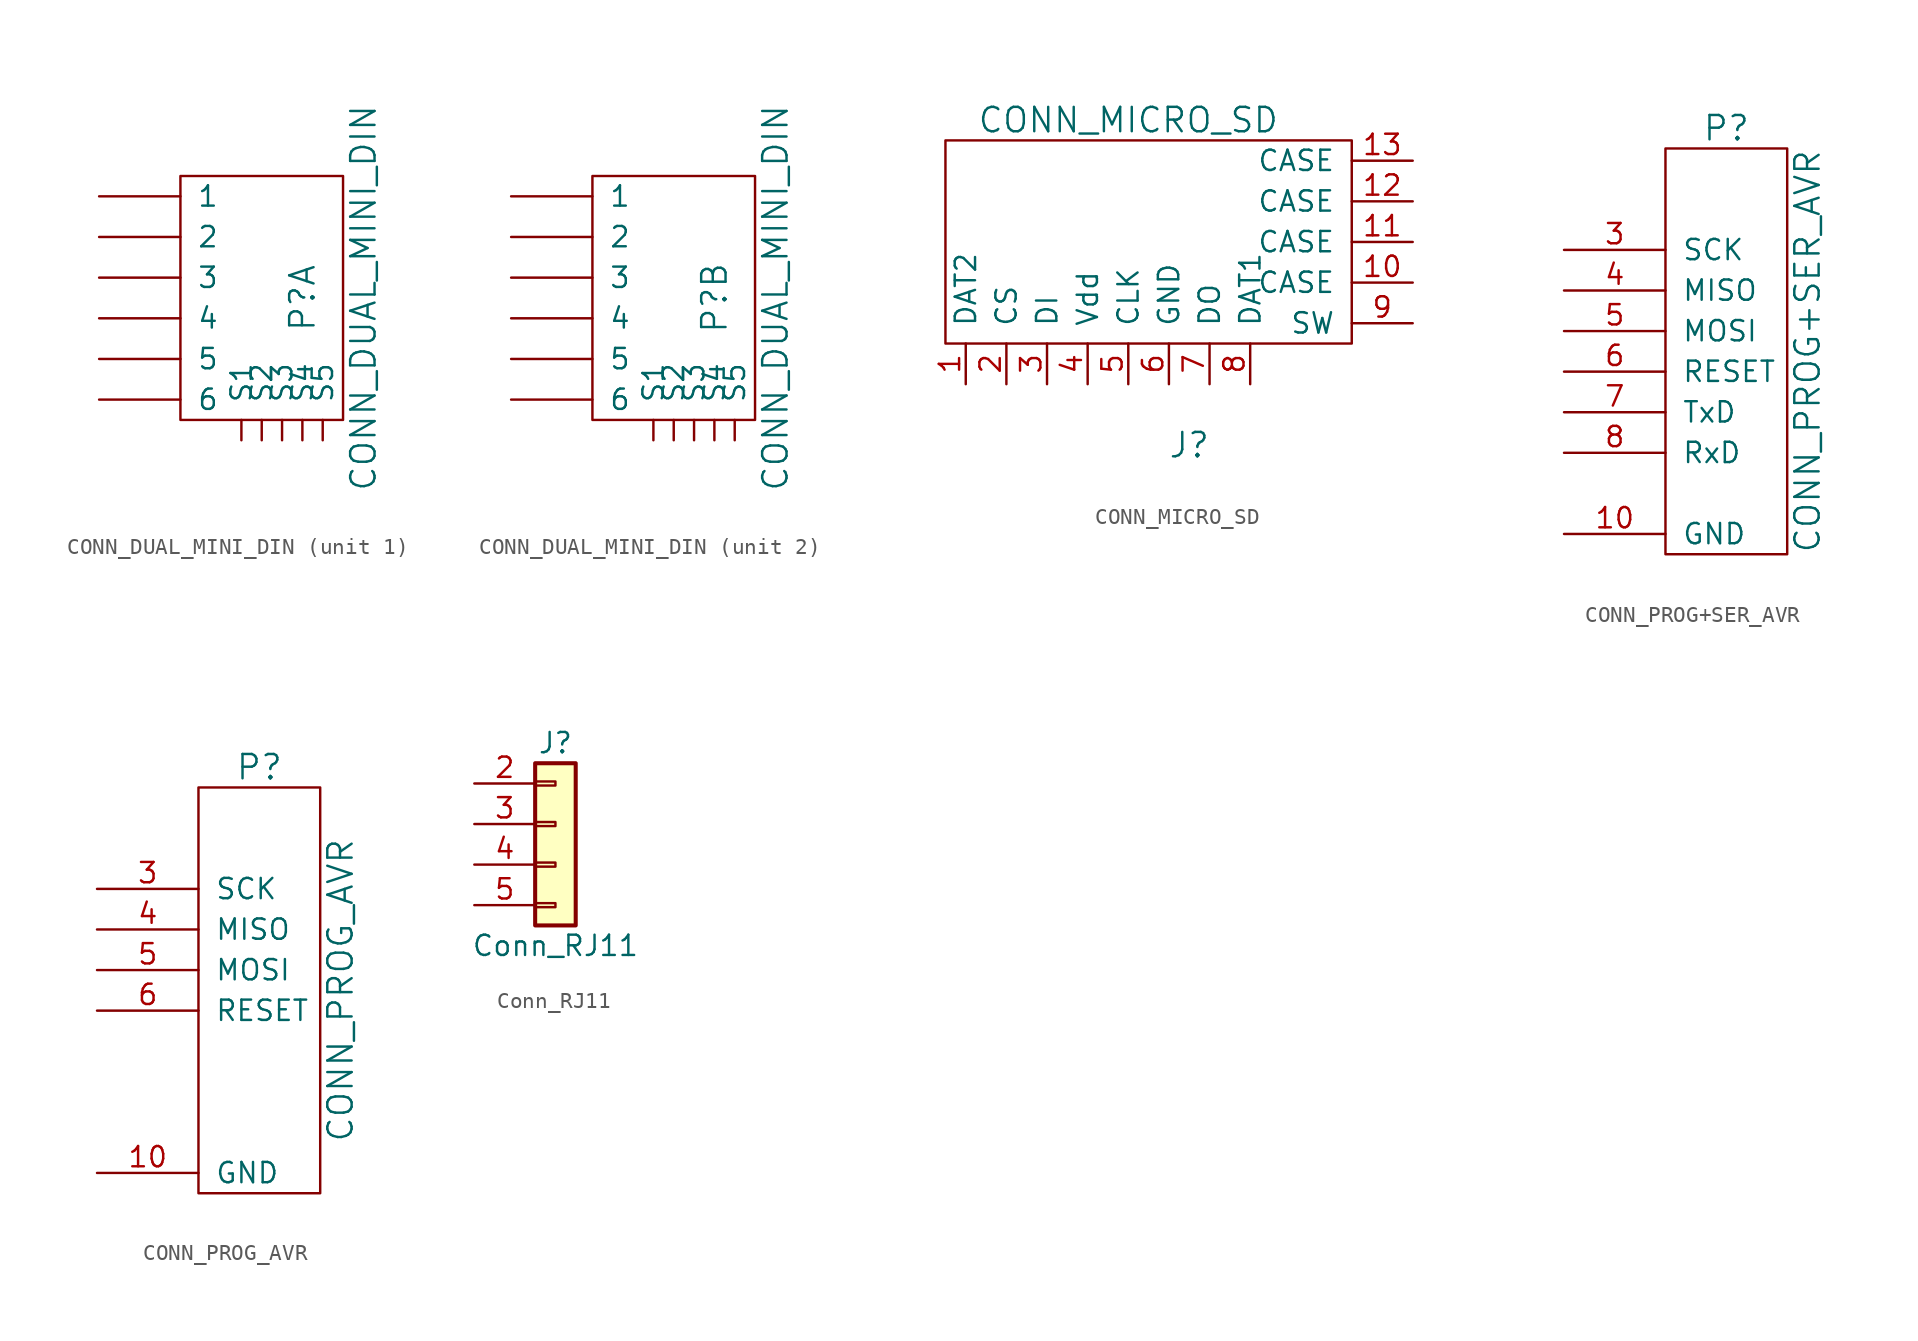
<source format=kicad_sym>
(kicad_symbol_lib
  (version 20220914)
  (generator kicad_symbol_editor)
  (symbol "CONN_DUAL_MINI_DIN"
    (pin_numbers hide)
    (pin_names
      (offset 1.016))
    (property "Reference" "P"
      (at 5.08 0 90)
      (effects (font (size 1.524 1.524))))
    (property "Value" "CONN_DUAL_MINI_DIN"
      (at 8.89 0 90)
      (effects (font (size 1.524 1.524))))
    (symbol "CONN_DUAL_MINI_DIN_0_1"
      (rectangle (start 7.62 -7.62) (end -2.54 7.62) (stroke (width 0) (type solid)) (fill (type none))))
    (symbol "CONN_DUAL_MINI_DIN_1_1"
      (pin input line (at -7.62 6.35 0) (length 5.08) (name "1" (effects (font (size 1.27 1.27)))) (number "1" (effects (font (size 1.27 1.27)))))
      (pin input line (at 1.27 -8.89 90) (length 1.27) (name "S1" (effects (font (size 1.27 1.27)))) (number "13" (effects (font (size 1.27 1.27)))))
      (pin input line (at 2.54 -8.89 90) (length 1.27) (name "S2" (effects (font (size 1.27 1.27)))) (number "14" (effects (font (size 1.27 1.27)))))
      (pin input line (at 3.81 -8.89 90) (length 1.27) (name "S3" (effects (font (size 1.27 1.27)))) (number "15" (effects (font (size 1.27 1.27)))))
      (pin input line (at 5.08 -8.89 90) (length 1.27) (name "S4" (effects (font (size 1.27 1.27)))) (number "16" (effects (font (size 1.27 1.27)))))
      (pin input line (at 6.35 -8.89 90) (length 1.27) (name "S5" (effects (font (size 1.27 1.27)))) (number "17" (effects (font (size 1.27 1.27)))))
      (pin input line (at -7.62 3.81 0) (length 5.08) (name "2" (effects (font (size 1.27 1.27)))) (number "2" (effects (font (size 1.27 1.27)))))
      (pin input line (at -7.62 1.27 0) (length 5.08) (name "3" (effects (font (size 1.27 1.27)))) (number "3" (effects (font (size 1.27 1.27)))))
      (pin input line (at -7.62 -1.27 0) (length 5.08) (name "4" (effects (font (size 1.27 1.27)))) (number "4" (effects (font (size 1.27 1.27)))))
      (pin input line (at -7.62 -3.81 0) (length 5.08) (name "5" (effects (font (size 1.27 1.27)))) (number "5" (effects (font (size 1.27 1.27)))))
      (pin input line (at -7.62 -6.35 0) (length 5.08) (name "6" (effects (font (size 1.27 1.27)))) (number "6" (effects (font (size 1.27 1.27))))))
    (symbol "CONN_DUAL_MINI_DIN_2_1"
      (pin input line (at -7.62 -1.27 0) (length 5.08) (name "4" (effects (font (size 1.27 1.27)))) (number "10" (effects (font (size 1.27 1.27)))))
      (pin input line (at -7.62 -3.81 0) (length 5.08) (name "5" (effects (font (size 1.27 1.27)))) (number "11" (effects (font (size 1.27 1.27)))))
      (pin input line (at -7.62 -6.35 0) (length 5.08) (name "6" (effects (font (size 1.27 1.27)))) (number "12" (effects (font (size 1.27 1.27)))))
      (pin input line (at 1.27 -8.89 90) (length 1.27) (name "S1" (effects (font (size 1.27 1.27)))) (number "13" (effects (font (size 1.27 1.27)))))
      (pin input line (at 2.54 -8.89 90) (length 1.27) (name "S2" (effects (font (size 1.27 1.27)))) (number "14" (effects (font (size 1.27 1.27)))))
      (pin input line (at 3.81 -8.89 90) (length 1.27) (name "S3" (effects (font (size 1.27 1.27)))) (number "15" (effects (font (size 1.27 1.27)))))
      (pin input line (at 5.08 -8.89 90) (length 1.27) (name "S4" (effects (font (size 1.27 1.27)))) (number "16" (effects (font (size 1.27 1.27)))))
      (pin input line (at 6.35 -8.89 90) (length 1.27) (name "S5" (effects (font (size 1.27 1.27)))) (number "17" (effects (font (size 1.27 1.27)))))
      (pin input line (at -7.62 6.35 0) (length 5.08) (name "1" (effects (font (size 1.27 1.27)))) (number "7" (effects (font (size 1.27 1.27)))))
      (pin input line (at -7.62 3.81 0) (length 5.08) (name "2" (effects (font (size 1.27 1.27)))) (number "8" (effects (font (size 1.27 1.27)))))
      (pin input line (at -7.62 1.27 0) (length 5.08) (name "3" (effects (font (size 1.27 1.27)))) (number "9" (effects (font (size 1.27 1.27)))))))
  (symbol "CONN_MICRO_SD"
    (pin_names
      (offset 1.016))
    (property "Reference" "J"
      (at 2.54 -8.89 0)
      (effects (font (size 1.524 1.524))))
    (property "Value" "CONN_MICRO_SD"
      (at -1.27 11.43 0)
      (effects (font (size 1.524 1.524))))
    (symbol "CONN_MICRO_SD_0_1"
      (rectangle (start -12.7 10.16) (end 12.7 -2.54) (stroke (width 0) (type solid)) (fill (type none))))
    (symbol "CONN_MICRO_SD_1_1"
      (pin input line (at -11.43 -5.08 90) (length 2.54) (name "DAT2" (effects (font (size 1.27 1.27)))) (number "1" (effects (font (size 1.27 1.27)))))
      (pin input line (at 16.51 1.27 180) (length 3.81) (name "CASE" (effects (font (size 1.27 1.27)))) (number "10" (effects (font (size 1.27 1.27)))))
      (pin input line (at 16.51 3.81 180) (length 3.81) (name "CASE" (effects (font (size 1.27 1.27)))) (number "11" (effects (font (size 1.27 1.27)))))
      (pin input line (at 16.51 6.35 180) (length 3.81) (name "CASE" (effects (font (size 1.27 1.27)))) (number "12" (effects (font (size 1.27 1.27)))))
      (pin input line (at 16.51 8.89 180) (length 3.81) (name "CASE" (effects (font (size 1.27 1.27)))) (number "13" (effects (font (size 1.27 1.27)))))
      (pin input line (at -8.89 -5.08 90) (length 2.54) (name "CS" (effects (font (size 1.27 1.27)))) (number "2" (effects (font (size 1.27 1.27)))))
      (pin input line (at -6.35 -5.08 90) (length 2.54) (name "DI" (effects (font (size 1.27 1.27)))) (number "3" (effects (font (size 1.27 1.27)))))
      (pin input line (at -3.81 -5.08 90) (length 2.54) (name "Vdd" (effects (font (size 1.27 1.27)))) (number "4" (effects (font (size 1.27 1.27)))))
      (pin input line (at -1.27 -5.08 90) (length 2.54) (name "CLK" (effects (font (size 1.27 1.27)))) (number "5" (effects (font (size 1.27 1.27)))))
      (pin input line (at 1.27 -5.08 90) (length 2.54) (name "GND" (effects (font (size 1.27 1.27)))) (number "6" (effects (font (size 1.27 1.27)))))
      (pin input line (at 3.81 -5.08 90) (length 2.54) (name "DO" (effects (font (size 1.27 1.27)))) (number "7" (effects (font (size 1.27 1.27)))))
      (pin input line (at 6.35 -5.08 90) (length 2.54) (name "DAT1" (effects (font (size 1.27 1.27)))) (number "8" (effects (font (size 1.27 1.27)))))
      (pin input line (at 16.51 -1.27 180) (length 3.81) (name "SW" (effects (font (size 1.27 1.27)))) (number "9" (effects (font (size 1.27 1.27)))))))
  (symbol "CONN_PROG+SER_AVR"
    (pin_names
      (offset 1.016))
    (property "Reference" "P"
      (at 1.27 13.97 0)
      (effects (font (size 1.524 1.524))))
    (property "Value" "CONN_PROG+SER_AVR"
      (at 6.35 0 90)
      (effects (font (size 1.524 1.524))))
    (symbol "CONN_PROG+SER_AVR_0_1"
      (rectangle (start -2.54 12.7) (end 5.08 -12.7) (stroke (width 0) (type solid)) (fill (type none))))
    (symbol "CONN_PROG+SER_AVR_1_1"
      (pin passive line (at -8.89 -11.43 0) (length 6.35) (name "GND" (effects (font (size 1.27 1.27)))) (number "10" (effects (font (size 1.27 1.27)))))
      (pin passive line (at -8.89 6.35 0) (length 6.35) (name "SCK" (effects (font (size 1.27 1.27)))) (number "3" (effects (font (size 1.27 1.27)))))
      (pin passive line (at -8.89 3.81 0) (length 6.35) (name "MISO" (effects (font (size 1.27 1.27)))) (number "4" (effects (font (size 1.27 1.27)))))
      (pin passive line (at -8.89 1.27 0) (length 6.35) (name "MOSI" (effects (font (size 1.27 1.27)))) (number "5" (effects (font (size 1.27 1.27)))))
      (pin passive line (at -8.89 -1.27 0) (length 6.35) (name "RESET" (effects (font (size 1.27 1.27)))) (number "6" (effects (font (size 1.27 1.27)))))
      (pin input line (at -8.89 -3.81 0) (length 6.35) (name "TxD" (effects (font (size 1.27 1.27)))) (number "7" (effects (font (size 1.27 1.27)))))
      (pin input line (at -8.89 -6.35 0) (length 6.35) (name "RxD" (effects (font (size 1.27 1.27)))) (number "8" (effects (font (size 1.27 1.27)))))))
  (symbol "CONN_PROG_AVR"
    (pin_names
      (offset 1.016))
    (property "Reference" "P"
      (at 1.27 13.97 0)
      (effects (font (size 1.524 1.524))))
    (property "Value" "CONN_PROG_AVR"
      (at 6.35 0 90)
      (effects (font (size 1.524 1.524))))
    (symbol "CONN_PROG_AVR_0_1"
      (rectangle (start -2.54 12.7) (end 5.08 -12.7) (stroke (width 0) (type solid)) (fill (type none))))
    (symbol "CONN_PROG_AVR_1_1"
      (pin passive line (at -8.89 -11.43 0) (length 6.35) (name "GND" (effects (font (size 1.27 1.27)))) (number "10" (effects (font (size 1.27 1.27)))))
      (pin passive line (at -8.89 6.35 0) (length 6.35) (name "SCK" (effects (font (size 1.27 1.27)))) (number "3" (effects (font (size 1.27 1.27)))))
      (pin passive line (at -8.89 3.81 0) (length 6.35) (name "MISO" (effects (font (size 1.27 1.27)))) (number "4" (effects (font (size 1.27 1.27)))))
      (pin passive line (at -8.89 1.27 0) (length 6.35) (name "MOSI" (effects (font (size 1.27 1.27)))) (number "5" (effects (font (size 1.27 1.27)))))
      (pin passive line (at -8.89 -1.27 0) (length 6.35) (name "RESET" (effects (font (size 1.27 1.27)))) (number "6" (effects (font (size 1.27 1.27)))))))
  (symbol "Conn_RJ11"
    (pin_names
      (offset 1.016) hide)
    (property "Reference" "J"
      (at 0 5.08 0)
      (effects (font (size 1.27 1.27))))
    (property "Value" "Conn_RJ11"
      (at 0 -7.62 0)
      (effects (font (size 1.27 1.27))))
    (symbol "Conn_RJ11_1_1"
      (rectangle (start -1.27 -4.953) (end 0 -5.207) (stroke (width 0.152) (type solid)) (fill (type none)))
      (rectangle (start -1.27 -2.413) (end 0 -2.667) (stroke (width 0.152) (type solid)) (fill (type none)))
      (rectangle (start -1.27 0.127) (end 0 -0.127) (stroke (width 0.152) (type solid)) (fill (type none)))
      (rectangle (start -1.27 2.667) (end 0 2.413) (stroke (width 0.152) (type solid)) (fill (type none)))
      (rectangle (start -1.27 3.81) (end 1.27 -6.35) (stroke (width 0.254) (type solid)) (fill (type background)))
      (pin passive line (at -5.08 2.54 0) (length 3.81) (name "Pin_2" (effects (font (size 1.27 1.27)))) (number "2" (effects (font (size 1.27 1.27)))))
      (pin passive line (at -5.08 0 0) (length 3.81) (name "Pin_3" (effects (font (size 1.27 1.27)))) (number "3" (effects (font (size 1.27 1.27)))))
      (pin passive line (at -5.08 -2.54 0) (length 3.81) (name "Pin_4" (effects (font (size 1.27 1.27)))) (number "4" (effects (font (size 1.27 1.27)))))
      (pin passive line (at -5.08 -5.08 0) (length 3.81) (name "Pin_5" (effects (font (size 1.27 1.27)))) (number "5" (effects (font (size 1.27 1.27))))))))
</source>
